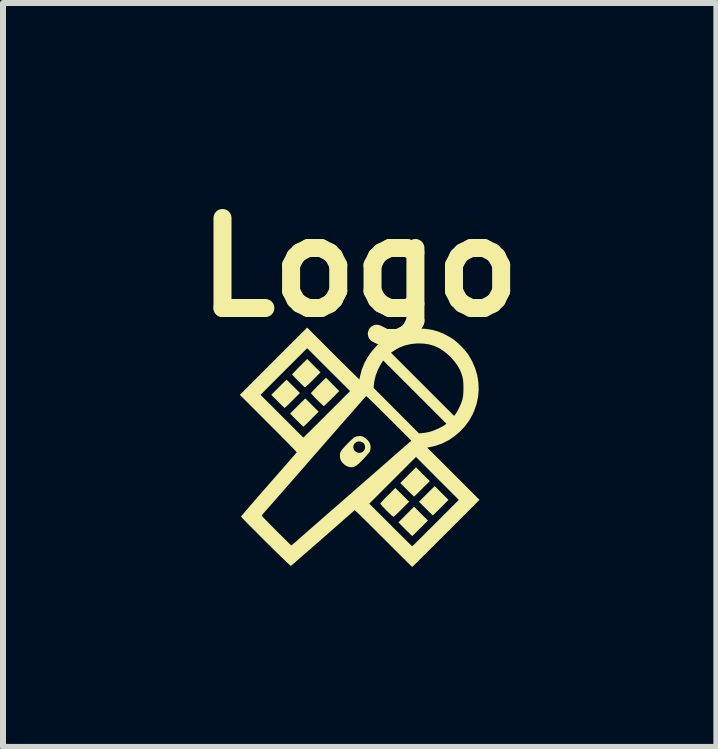
<source format=kicad_pcb>
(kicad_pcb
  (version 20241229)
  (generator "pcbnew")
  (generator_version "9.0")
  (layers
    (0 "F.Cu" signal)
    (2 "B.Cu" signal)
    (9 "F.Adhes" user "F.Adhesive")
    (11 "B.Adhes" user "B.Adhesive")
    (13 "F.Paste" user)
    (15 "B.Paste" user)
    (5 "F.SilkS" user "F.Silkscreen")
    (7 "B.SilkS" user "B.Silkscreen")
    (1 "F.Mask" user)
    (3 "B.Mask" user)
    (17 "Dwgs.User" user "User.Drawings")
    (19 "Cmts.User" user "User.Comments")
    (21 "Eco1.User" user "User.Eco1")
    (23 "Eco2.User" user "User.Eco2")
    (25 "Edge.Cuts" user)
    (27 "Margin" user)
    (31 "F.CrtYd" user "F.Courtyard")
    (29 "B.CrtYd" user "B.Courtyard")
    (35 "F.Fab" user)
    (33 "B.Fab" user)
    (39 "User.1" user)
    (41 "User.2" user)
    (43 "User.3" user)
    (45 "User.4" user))
  (footprint "Logo"
    (layer "F.Cu")
    (at 2.943 4.404)
    (property "Reference" "Logo" (at 0 -3 0) (layer "F.SilkS") (effects (font (size 1.5 1.5) (thickness 0.3))))
    (attr board_only exclude_from_pos_files exclude_from_bom)
    (fp_poly (pts (xy -1.108 -1.018) (xy -0.996 -0.906) (xy -1.121 -0.781) (xy -1.157 -0.745) (xy -1.189 -0.714) (xy -1.216 -0.687) (xy -1.237 -0.668) (xy -1.248 -0.658) (xy -1.25 -0.656) (xy -1.257 -0.662) (xy -1.272 -0.676) (xy -1.296 -0.699) (xy -1.325 -0.727) (xy -1.358 -0.76) (xy -1.363 -0.766) (xy -1.473 -0.875) (xy -1.346 -1.002) (xy -1.219 -1.129)) (stroke (width 0) (type solid)) (fill yes) (layer "F.SilkS"))
    (fp_poly (pts (xy -0.795 -0.705) (xy -0.684 -0.594) (xy -0.809 -0.469) (xy -0.845 -0.433) (xy -0.877 -0.401) (xy -0.904 -0.375) (xy -0.924 -0.356) (xy -0.936 -0.345) (xy -0.938 -0.344) (xy -0.944 -0.349) (xy -0.96 -0.364) (xy -0.983 -0.386) (xy -1.012 -0.415) (xy -1.045 -0.448) (xy -1.051 -0.453) (xy -1.16 -0.563) (xy -1.033 -0.69) (xy -0.906 -0.816)) (stroke (width 0) (type solid)) (fill yes) (layer "F.SilkS"))
    (fp_poly (pts (xy 1.021 1.104) (xy 1.137 1.219) (xy 1.008 1.348) (xy 0.971 1.384) (xy 0.938 1.417) (xy 0.911 1.444) (xy 0.89 1.463) (xy 0.878 1.475) (xy 0.875 1.477) (xy 0.869 1.471) (xy 0.853 1.457) (xy 0.829 1.434) (xy 0.8 1.405) (xy 0.767 1.372) (xy 0.758 1.363) (xy 0.645 1.25) (xy 0.776 1.119) (xy 0.906 0.988)) (stroke (width 0) (type solid)) (fill yes) (layer "F.SilkS"))
    (fp_poly (pts (xy 1.053 0.447) (xy 1.168 0.562) (xy 1.039 0.691) (xy 1.003 0.728) (xy 0.97 0.76) (xy 0.942 0.787) (xy 0.921 0.807) (xy 0.909 0.818) (xy 0.906 0.82) (xy 0.9 0.815) (xy 0.884 0.8) (xy 0.861 0.778) (xy 0.831 0.749) (xy 0.798 0.716) (xy 0.789 0.707) (xy 0.676 0.594) (xy 0.807 0.463) (xy 0.938 0.332)) (stroke (width 0) (type solid)) (fill yes) (layer "F.SilkS"))
    (fp_poly (pts (xy 1.365 0.76) (xy 1.48 0.875) (xy 1.352 1.004) (xy 1.315 1.04) (xy 1.282 1.073) (xy 1.255 1.1) (xy 1.234 1.12) (xy 1.221 1.131) (xy 1.219 1.133) (xy 1.212 1.128) (xy 1.197 1.113) (xy 1.173 1.09) (xy 1.144 1.062) (xy 1.11 1.028) (xy 1.102 1.02) (xy 0.988 0.906) (xy 1.119 0.775) (xy 1.25 0.645)) (stroke (width 0) (type solid)) (fill yes) (layer "F.SilkS"))
    (fp_poly (pts (xy 0.709 0.791) (xy 0.824 0.906) (xy 0.699 1.031) (xy 0.663 1.067) (xy 0.629 1.099) (xy 0.601 1.126) (xy 0.579 1.145) (xy 0.566 1.155) (xy 0.563 1.156) (xy 0.553 1.151) (xy 0.535 1.136) (xy 0.51 1.114) (xy 0.48 1.085) (xy 0.447 1.053) (xy 0.415 1.019) (xy 0.386 0.989) (xy 0.364 0.964) (xy 0.349 0.946) (xy 0.344 0.937) (xy 0.349 0.929) (xy 0.364 0.911) (xy 0.387 0.885) (xy 0.416 0.854) (xy 0.45 0.819) (xy 0.469 0.801) (xy 0.594 0.676)) (stroke (width 0) (type solid)) (fill yes) (layer "F.SilkS"))
    (fp_poly (pts (xy -0.764 -1.361) (xy -0.653 -1.25) (xy -0.777 -1.125) (xy -0.814 -1.089) (xy -0.846 -1.057) (xy -0.874 -1.031) (xy -0.895 -1.012) (xy -0.908 -1.001) (xy -0.91 -1) (xy -0.918 -1.005) (xy -0.935 -1.02) (xy -0.959 -1.042) (xy -0.988 -1.071) (xy -1.021 -1.103) (xy -1.022 -1.104) (xy -1.054 -1.137) (xy -1.083 -1.166) (xy -1.105 -1.19) (xy -1.12 -1.207) (xy -1.125 -1.215) (xy -1.125 -1.215) (xy -1.12 -1.223) (xy -1.105 -1.239) (xy -1.082 -1.264) (xy -1.053 -1.294) (xy -1.019 -1.329) (xy -1 -1.348) (xy -0.875 -1.473)) (stroke (width 0) (type solid)) (fill yes) (layer "F.SilkS"))
    (fp_poly (pts (xy -0.451 -1.049) (xy -0.34 -0.938) (xy -0.465 -0.813) (xy -0.501 -0.777) (xy -0.534 -0.745) (xy -0.562 -0.718) (xy -0.583 -0.699) (xy -0.595 -0.689) (xy -0.598 -0.688) (xy -0.606 -0.693) (xy -0.622 -0.708) (xy -0.646 -0.73) (xy -0.676 -0.758) (xy -0.709 -0.791) (xy -0.709 -0.791) (xy -0.742 -0.824) (xy -0.77 -0.854) (xy -0.792 -0.878) (xy -0.807 -0.895) (xy -0.813 -0.903) (xy -0.813 -0.903) (xy -0.807 -0.91) (xy -0.792 -0.927) (xy -0.77 -0.951) (xy -0.74 -0.982) (xy -0.706 -1.017) (xy -0.688 -1.035) (xy -0.562 -1.16)) (stroke (width 0) (type solid)) (fill yes) (layer "F.SilkS"))
    (fp_poly (pts (xy 0.053 -0.18) (xy 0.067 -0.173) (xy 0.101 -0.15) (xy 0.135 -0.118) (xy 0.161 -0.083) (xy 0.168 -0.07) (xy 0.179 -0.036) (xy 0.182 0.004) (xy 0.177 0.044) (xy 0.168 0.07) (xy 0.158 0.085) (xy 0.139 0.108) (xy 0.114 0.138) (xy 0.084 0.171) (xy 0.06 0.197) (xy 0.013 0.245) (xy -0.026 0.281) (xy -0.059 0.306) (xy -0.09 0.322) (xy -0.119 0.331) (xy -0.149 0.331) (xy -0.172 0.328) (xy -0.216 0.313) (xy -0.258 0.285) (xy -0.294 0.247) (xy -0.317 0.211) (xy -0.327 0.177) (xy -0.33 0.137) (xy -0.326 0.097) (xy -0.317 0.07) (xy -0.304 0.051) (xy -0.282 0.024) (xy -0.26 -0.001) (xy -0.107 -0.001) (xy -0.099 0.03) (xy -0.083 0.057) (xy -0.058 0.077) (xy -0.029 0.089) (xy 0.004 0.092) (xy 0.039 0.082) (xy 0.052 0.074) (xy 0.075 0.05) (xy 0.088 0.019) (xy 0.09 -0.016) (xy 0.08 -0.05) (xy 0.07 -0.065) (xy 0.044 -0.087) (xy 0.011 -0.097) (xy -0.024 -0.098) (xy -0.057 -0.088) (xy -0.084 -0.067) (xy -0.085 -0.065) (xy -0.103 -0.033) (xy -0.107 -0.001) (xy -0.26 -0.001) (xy -0.254 -0.008) (xy -0.221 -0.043) (xy -0.187 -0.078) (xy -0.154 -0.111) (xy -0.123 -0.139) (xy -0.098 -0.161) (xy -0.08 -0.173) (xy -0.079 -0.173) (xy -0.037 -0.186) (xy 0.009 -0.189)) (stroke (width 0) (type solid)) (fill yes) (layer "F.SilkS"))
    (fp_poly (pts (xy -0.442 -1.563) (xy -0.374 -1.495) (xy -0.309 -1.43) (xy -0.248 -1.37) (xy -0.192 -1.314) (xy -0.142 -1.265) (xy -0.098 -1.222) (xy -0.062 -1.186) (xy -0.034 -1.159) (xy -0.015 -1.141) (xy -0.006 -1.134) (xy -0.006 -1.133) (xy -0.003 -1.142) (xy 0.002 -1.162) (xy 0.007 -1.188) (xy 0.036 -1.299) (xy 0.08 -1.407) (xy 0.137 -1.51) (xy 0.185 -1.577) (xy 0.521 -1.577) (xy 1.047 -1.051) (xy 1.573 -0.525) (xy 1.596 -0.553) (xy 1.609 -0.573) (xy 1.626 -0.601) (xy 1.645 -0.636) (xy 1.657 -0.66) (xy 1.683 -0.717) (xy 1.703 -0.767) (xy 1.716 -0.815) (xy 1.724 -0.865) (xy 1.728 -0.922) (xy 1.729 -0.988) (xy 1.728 -1.06) (xy 1.723 -1.12) (xy 1.713 -1.172) (xy 1.699 -1.221) (xy 1.679 -1.271) (xy 1.673 -1.286) (xy 1.629 -1.364) (xy 1.572 -1.441) (xy 1.506 -1.514) (xy 1.432 -1.58) (xy 1.353 -1.636) (xy 1.32 -1.655) (xy 1.239 -1.692) (xy 1.149 -1.717) (xy 1.054 -1.73) (xy 0.955 -1.732) (xy 0.857 -1.722) (xy 0.76 -1.7) (xy 0.714 -1.685) (xy 0.681 -1.672) (xy 0.65 -1.657) (xy 0.614 -1.636) (xy 0.575 -1.612) (xy 0.521 -1.577) (xy 0.185 -1.577) (xy 0.206 -1.606) (xy 0.285 -1.694) (xy 0.374 -1.773) (xy 0.472 -1.84) (xy 0.543 -1.878) (xy 0.628 -1.917) (xy 0.706 -1.945) (xy 0.783 -1.964) (xy 0.863 -1.975) (xy 0.951 -1.98) (xy 0.984 -1.98) (xy 1.097 -1.975) (xy 1.202 -1.959) (xy 1.303 -1.932) (xy 1.401 -1.892) (xy 1.5 -1.838) (xy 1.551 -1.807) (xy 1.588 -1.779) (xy 1.632 -1.741) (xy 1.678 -1.698) (xy 1.723 -1.651) (xy 1.764 -1.605) (xy 1.798 -1.563) (xy 1.812 -1.543) (xy 1.875 -1.433) (xy 1.924 -1.318) (xy 1.959 -1.201) (xy 1.978 -1.082) (xy 1.983 -0.962) (xy 1.973 -0.842) (xy 1.948 -0.723) (xy 1.907 -0.606) (xy 1.879 -0.543) (xy 1.82 -0.44) (xy 1.749 -0.345) (xy 1.667 -0.259) (xy 1.577 -0.183) (xy 1.48 -0.118) (xy 1.376 -0.066) (xy 1.269 -0.027) (xy 1.196 -0.01) (xy 1.125 0.004) (xy 1.561 0.439) (xy 1.996 0.875) (xy 1.438 1.434) (xy 1.36 1.511) (xy 1.285 1.586) (xy 1.215 1.656) (xy 1.149 1.722) (xy 1.088 1.782) (xy 1.034 1.836) (xy 0.986 1.884) (xy 0.946 1.924) (xy 0.914 1.955) (xy 0.891 1.977) (xy 0.878 1.99) (xy 0.875 1.992) (xy 0.869 1.987) (xy 0.853 1.971) (xy 0.827 1.946) (xy 0.793 1.913) (xy 0.752 1.871) (xy 0.703 1.823) (xy 0.649 1.769) (xy 0.589 1.71) (xy 0.525 1.646) (xy 0.458 1.578) (xy 0.438 1.558) (xy 0.368 1.489) (xy 0.301 1.422) (xy 0.237 1.358) (xy 0.178 1.299) (xy 0.123 1.245) (xy 0.075 1.197) (xy 0.034 1.157) (xy 0.000276 1.124) (xy -0.024 1.101) (xy -0.038 1.087) (xy -0.04 1.086) (xy -0.084 1.047) (xy -0.61 1.509) (xy -0.688 1.577) (xy -0.763 1.642) (xy -0.833 1.703) (xy -0.899 1.76) (xy -0.958 1.812) (xy -1.011 1.858) (xy -1.057 1.898) (xy -1.094 1.93) (xy -1.122 1.954) (xy -1.14 1.969) (xy -1.147 1.974) (xy -1.154 1.97) (xy -1.171 1.955) (xy -1.197 1.931) (xy -1.23 1.899) (xy -1.271 1.861) (xy -1.317 1.816) (xy -1.367 1.767) (xy -1.422 1.714) (xy -1.478 1.658) (xy -1.537 1.6) (xy -1.596 1.542) (xy -1.654 1.484) (xy -1.71 1.427) (xy -1.764 1.373) (xy -1.814 1.323) (xy -1.86 1.277) (xy -1.899 1.237) (xy -1.931 1.203) (xy -1.956 1.177) (xy -1.971 1.16) (xy -1.977 1.152) (xy -1.972 1.146) (xy -1.965 1.138) (xy -1.633 1.138) (xy -1.628 1.145) (xy -1.612 1.161) (xy -1.589 1.186) (xy -1.558 1.217) (xy -1.522 1.254) (xy -1.482 1.295) (xy -1.438 1.339) (xy -1.393 1.384) (xy -1.348 1.43) (xy -1.304 1.473) (xy -1.262 1.515) (xy -1.224 1.552) (xy -1.192 1.584) (xy -1.166 1.609) (xy -1.148 1.625) (xy -1.139 1.633) (xy -1.139 1.633) (xy -1.131 1.628) (xy -1.114 1.614) (xy -1.09 1.594) (xy -1.059 1.568) (xy -1.033 1.545) (xy -1.016 1.53) (xy -0.988 1.505) (xy -0.949 1.471) (xy -0.901 1.428) (xy -0.844 1.378) (xy -0.778 1.321) (xy -0.706 1.258) (xy -0.627 1.189) (xy -0.542 1.114) (xy -0.452 1.036) (xy -0.357 0.953) (xy -0.339 0.938) (xy 0.16 0.938) (xy 0.516 1.293) (xy 0.577 1.355) (xy 0.636 1.413) (xy 0.69 1.467) (xy 0.739 1.515) (xy 0.782 1.558) (xy 0.818 1.593) (xy 0.846 1.621) (xy 0.865 1.639) (xy 0.874 1.648) (xy 0.875 1.649) (xy 0.881 1.643) (xy 0.897 1.628) (xy 0.923 1.603) (xy 0.956 1.569) (xy 0.998 1.529) (xy 1.046 1.481) (xy 1.099 1.428) (xy 1.157 1.37) (xy 1.219 1.308) (xy 1.266 1.262) (xy 1.652 0.875) (xy 1.295 0.518) (xy 0.938 0.16) (xy 0.549 0.549) (xy 0.16 0.938) (xy -0.339 0.938) (xy -0.259 0.867) (xy -0.157 0.779) (xy -0.054 0.688) (xy -0.036 0.673) (xy 0.861 -0.112) (xy 0.488 -0.485) (xy 0.424 -0.548) (xy 0.364 -0.608) (xy 0.308 -0.663) (xy 0.258 -0.713) (xy 0.213 -0.757) (xy 0.174 -0.794) (xy 0.144 -0.823) (xy 0.122 -0.843) (xy 0.11 -0.853) (xy 0.108 -0.855) (xy 0.102 -0.849) (xy 0.087 -0.831) (xy 0.062 -0.803) (xy 0.029 -0.766) (xy -0.012 -0.719) (xy -0.061 -0.663) (xy -0.116 -0.6) (xy -0.178 -0.529) (xy -0.246 -0.452) (xy -0.319 -0.369) (xy -0.396 -0.28) (xy -0.478 -0.187) (xy -0.563 -0.09) (xy -0.651 0.011) (xy -0.677 0.041) (xy -0.768 0.145) (xy -0.856 0.246) (xy -0.942 0.345) (xy -1.025 0.44) (xy -1.104 0.53) (xy -1.179 0.616) (xy -1.249 0.696) (xy -1.313 0.769) (xy -1.371 0.835) (xy -1.422 0.893) (xy -1.465 0.943) (xy -1.501 0.983) (xy -1.527 1.012) (xy -1.543 1.031) (xy -1.545 1.033) (xy -1.574 1.066) (xy -1.599 1.095) (xy -1.618 1.118) (xy -1.63 1.133) (xy -1.633 1.138) (xy -1.965 1.138) (xy -1.957 1.128) (xy -1.933 1.1) (xy -1.902 1.063) (xy -1.863 1.017) (xy -1.817 0.964) (xy -1.766 0.905) (xy -1.709 0.839) (xy -1.648 0.769) (xy -1.583 0.695) (xy -1.515 0.617) (xy -1.447 0.539) (xy -1.382 0.465) (xy -1.32 0.395) (xy -1.263 0.329) (xy -1.211 0.27) (xy -1.165 0.217) (xy -1.126 0.172) (xy -1.094 0.135) (xy -1.07 0.107) (xy -1.055 0.09) (xy -1.049 0.083) (xy -1.054 0.077) (xy -1.069 0.06) (xy -1.093 0.034) (xy -1.127 -0.001) (xy -1.168 -0.043) (xy -1.216 -0.092) (xy -1.271 -0.148) (xy -1.331 -0.209) (xy -1.396 -0.274) (xy -1.465 -0.343) (xy -1.521 -0.399) (xy -1.996 -0.875) (xy -1.996 -0.875) (xy -1.652 -0.875) (xy -1.297 -0.52) (xy -1.235 -0.458) (xy -1.177 -0.4) (xy -1.123 -0.346) (xy -1.074 -0.297) (xy -1.031 -0.255) (xy -0.995 -0.219) (xy -0.967 -0.192) (xy -0.948 -0.173) (xy -0.938 -0.165) (xy -0.938 -0.164) (xy -0.932 -0.169) (xy -0.915 -0.185) (xy -0.89 -0.21) (xy -0.856 -0.243) (xy -0.815 -0.284) (xy -0.767 -0.331) (xy -0.714 -0.384) (xy -0.655 -0.443) (xy -0.593 -0.505) (xy -0.547 -0.551) (xy -0.16 -0.938) (xy -0.213 -0.991) (xy 0.232 -0.991) (xy 0.61 -0.612) (xy 0.988 -0.233) (xy 1.043 -0.238) (xy 1.079 -0.242) (xy 1.12 -0.249) (xy 1.161 -0.257) (xy 1.164 -0.258) (xy 1.2 -0.269) (xy 1.242 -0.284) (xy 1.289 -0.304) (xy 1.334 -0.325) (xy 1.376 -0.347) (xy 1.409 -0.366) (xy 1.424 -0.377) (xy 1.445 -0.395) (xy 0.919 -0.921) (xy 0.392 -1.448) (xy 0.357 -1.394) (xy 0.306 -1.299) (xy 0.267 -1.199) (xy 0.243 -1.095) (xy 0.237 -1.048) (xy 0.232 -0.991) (xy -0.213 -0.991) (xy -0.518 -1.295) (xy -0.875 -1.652) (xy -1.264 -1.264) (xy -1.652 -0.875) (xy -1.996 -0.875) (xy -1.436 -1.436) (xy -0.875 -1.996)) (stroke (width 0) (type solid)) (fill yes) (layer "F.SilkS")))
  (gr_rect
    (start -3 -3)
    (end 8.886 9.396)
    (stroke (width 0.1) (type default))
    (fill no)
    (layer "Edge.Cuts")))
</source>
